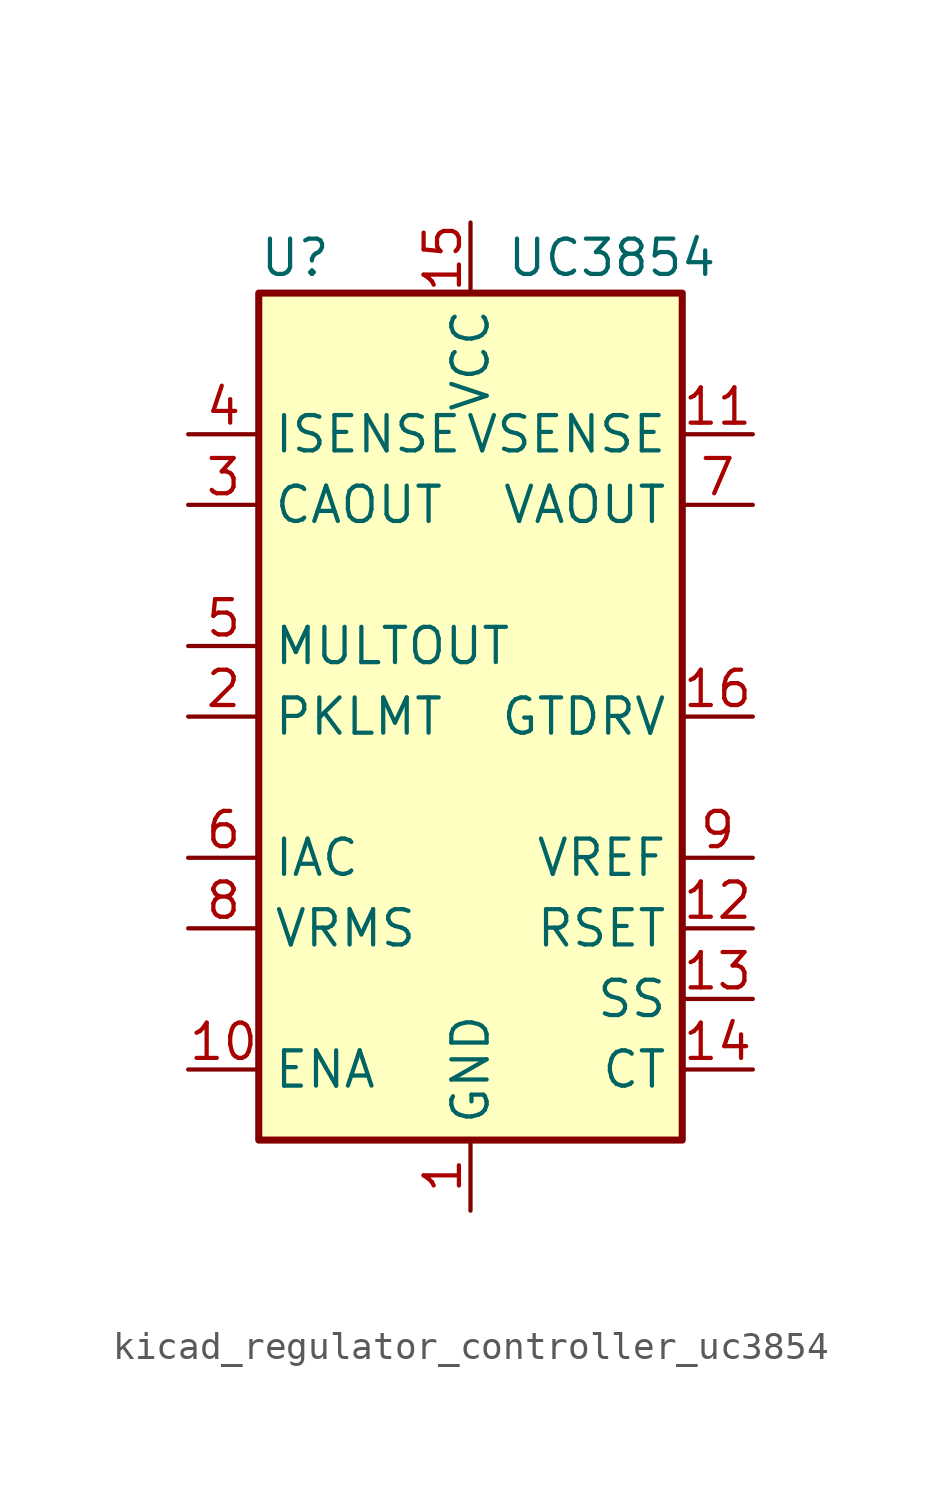
<source format=kicad_sym>
(kicad_symbol_lib
  (version 20220914)
  (generator kicad_symbol_editor)
  (symbol "kicad_regulator_controller_uc3854"
    (property "Reference" "U"
      (at -7.62 16.51 0)
      (effects (font (size 1.27 1.27)) (justify left)))
    (property "Value" "UC3854"
      (at 1.27 16.51 0)
      (effects (font (size 1.27 1.27)) (justify left)))
    (symbol "kicad_regulator_controller_uc3854_0_0"
      (rectangle (start -7.62 15.24) (end 7.62 -15.24) (stroke (width 0.254) (type default)) (fill (type background))))
    (symbol "kicad_regulator_controller_uc3854_1_1"
      (pin power_in line (at 0 -17.78 90) (length 2.54) (name "GND" (effects (font (size 1.27 1.27)))) (number "1" (effects (font (size 1.27 1.27)))))
      (pin input line (at -10.16 -12.7 0) (length 2.54) (name "ENA" (effects (font (size 1.27 1.27)))) (number "10" (effects (font (size 1.27 1.27)))))
      (pin input line (at 10.16 10.16 180) (length 2.54) (name "VSENSE" (effects (font (size 1.27 1.27)))) (number "11" (effects (font (size 1.27 1.27)))))
      (pin passive line (at 10.16 -7.62 180) (length 2.54) (name "RSET" (effects (font (size 1.27 1.27)))) (number "12" (effects (font (size 1.27 1.27)))))
      (pin passive line (at 10.16 -10.16 180) (length 2.54) (name "SS" (effects (font (size 1.27 1.27)))) (number "13" (effects (font (size 1.27 1.27)))))
      (pin passive line (at 10.16 -12.7 180) (length 2.54) (name "CT" (effects (font (size 1.27 1.27)))) (number "14" (effects (font (size 1.27 1.27)))))
      (pin power_in line (at 0 17.78 270) (length 2.54) (name "VCC" (effects (font (size 1.27 1.27)))) (number "15" (effects (font (size 1.27 1.27)))))
      (pin output line (at 10.16 0 180) (length 2.54) (name "GTDRV" (effects (font (size 1.27 1.27)))) (number "16" (effects (font (size 1.27 1.27)))))
      (pin input line (at -10.16 0 0) (length 2.54) (name "PKLMT" (effects (font (size 1.27 1.27)))) (number "2" (effects (font (size 1.27 1.27)))))
      (pin output line (at -10.16 7.62 0) (length 2.54) (name "CAOUT" (effects (font (size 1.27 1.27)))) (number "3" (effects (font (size 1.27 1.27)))))
      (pin input line (at -10.16 10.16 0) (length 2.54) (name "ISENSE" (effects (font (size 1.27 1.27)))) (number "4" (effects (font (size 1.27 1.27)))))
      (pin passive line (at -10.16 2.54 0) (length 2.54) (name "MULTOUT" (effects (font (size 1.27 1.27)))) (number "5" (effects (font (size 1.27 1.27)))))
      (pin input line (at -10.16 -5.08 0) (length 2.54) (name "IAC" (effects (font (size 1.27 1.27)))) (number "6" (effects (font (size 1.27 1.27)))))
      (pin output line (at 10.16 7.62 180) (length 2.54) (name "VAOUT" (effects (font (size 1.27 1.27)))) (number "7" (effects (font (size 1.27 1.27)))))
      (pin input line (at -10.16 -7.62 0) (length 2.54) (name "VRMS" (effects (font (size 1.27 1.27)))) (number "8" (effects (font (size 1.27 1.27)))))
      (pin output line (at 10.16 -5.08 180) (length 2.54) (name "VREF" (effects (font (size 1.27 1.27)))) (number "9" (effects (font (size 1.27 1.27))))))))
</source>
